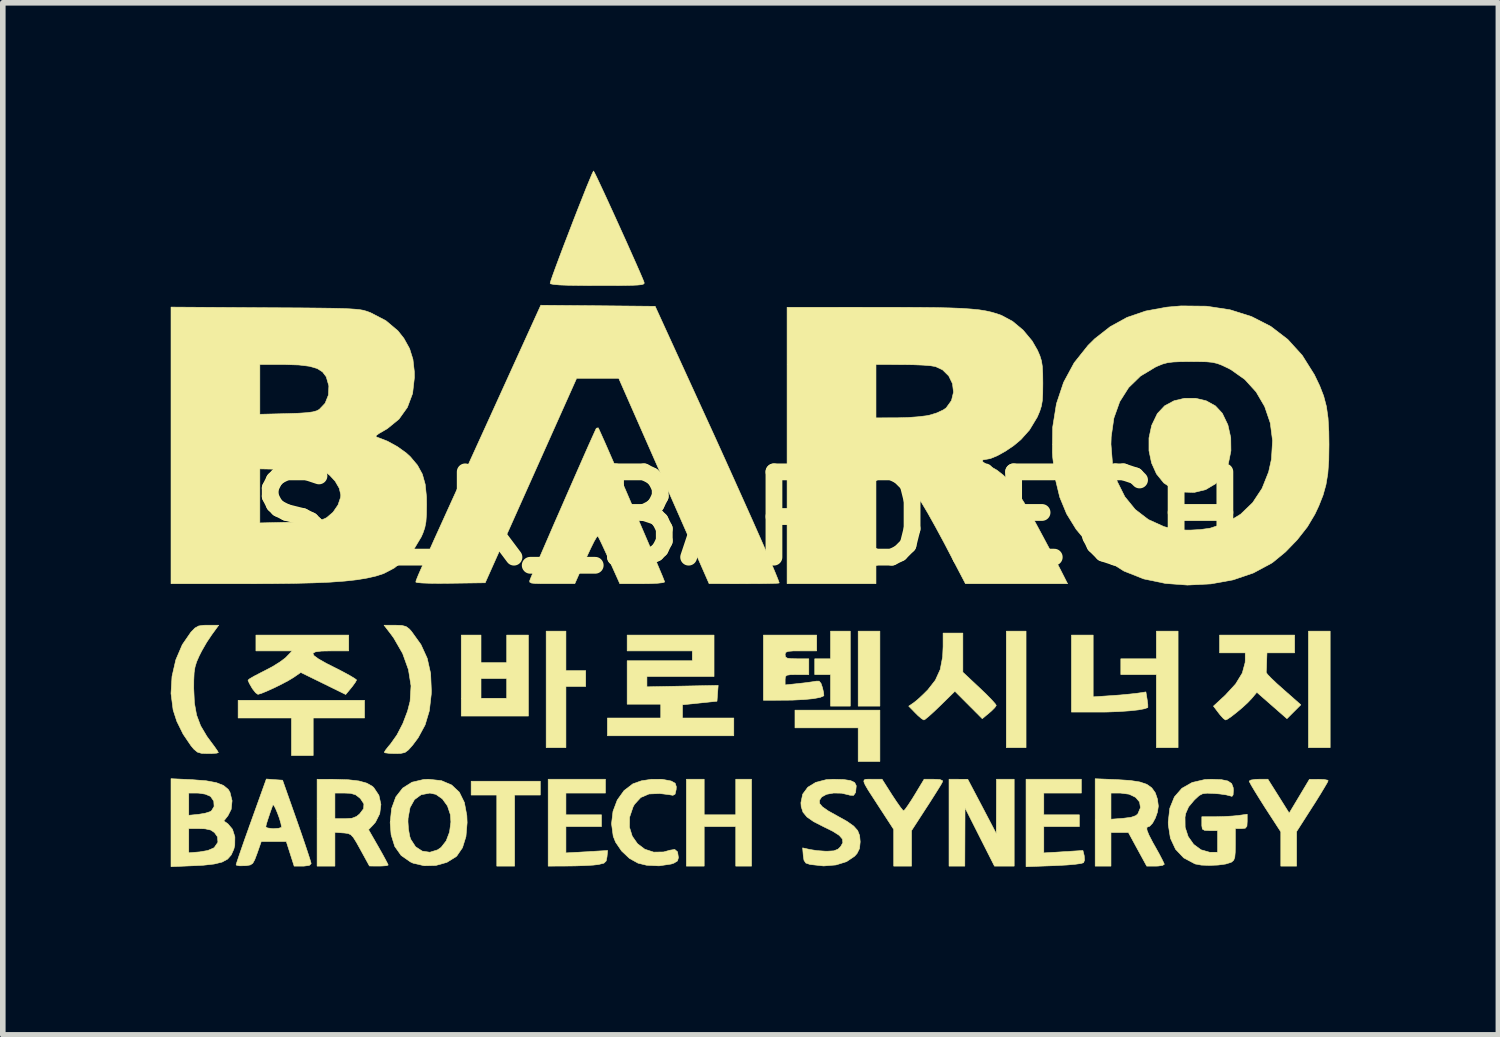
<source format=kicad_pcb>
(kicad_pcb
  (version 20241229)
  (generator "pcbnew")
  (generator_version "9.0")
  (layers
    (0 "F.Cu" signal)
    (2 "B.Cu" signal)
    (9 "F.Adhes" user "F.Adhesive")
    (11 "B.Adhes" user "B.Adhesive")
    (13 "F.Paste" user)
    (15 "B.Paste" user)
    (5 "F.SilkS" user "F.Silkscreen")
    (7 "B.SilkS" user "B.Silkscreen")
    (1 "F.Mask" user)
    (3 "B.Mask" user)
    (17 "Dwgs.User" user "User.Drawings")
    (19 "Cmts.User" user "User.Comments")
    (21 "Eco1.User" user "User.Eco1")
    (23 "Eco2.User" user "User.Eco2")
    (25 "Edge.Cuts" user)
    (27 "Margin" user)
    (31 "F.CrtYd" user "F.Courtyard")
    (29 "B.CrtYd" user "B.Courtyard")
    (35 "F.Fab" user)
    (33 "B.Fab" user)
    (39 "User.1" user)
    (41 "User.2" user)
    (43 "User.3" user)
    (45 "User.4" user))
  (footprint "SILK_BAROTECH"
    (layer "F.Cu")
    (at 10.341 6.214)
    (property "Reference" "SILK_BAROTECH" (at 0 0 0) (layer "F.SilkS") (effects (font (size 1.524 1.524) (thickness 0.3))))
    (attr through_hole)
    (fp_poly (pts (xy 2.328 3.351) (xy 1.94 3.351) (xy 1.94 2.011) (xy 2.328 2.011) (xy 2.328 3.351)) (stroke (width 0.01) (type solid)) (fill yes) (layer "F.SilkS"))
    (fp_poly (pts (xy 4.939 4.092) (xy 4.586 4.092) (xy 4.586 2.011) (xy 4.939 2.011) (xy 4.939 4.092)) (stroke (width 0.01) (type solid)) (fill yes) (layer "F.SilkS"))
    (fp_poly (pts (xy 10.372 4.092) (xy 9.984 4.092) (xy 9.984 2.011) (xy 10.372 2.011) (xy 10.372 4.092)) (stroke (width 0.01) (type solid)) (fill yes) (layer "F.SilkS"))
    (fp_poly (pts (xy 2.328 4.339) (xy 1.94 4.339) (xy 1.94 3.739) (xy 0.811 3.739) (xy 0.811 3.422) (xy 2.328 3.422) (xy 2.328 4.339)) (stroke (width 0.01) (type solid)) (fill yes) (layer "F.SilkS"))
    (fp_poly (pts (xy -6.879 3.563) (xy -7.796 3.563) (xy -7.796 4.233) (xy -8.184 4.233) (xy -8.184 3.563) (xy -9.137 3.563) (xy -9.137 3.246) (xy -6.879 3.246) (xy -6.879 3.563)) (stroke (width 0.01) (type solid)) (fill yes) (layer "F.SilkS"))
    (fp_poly (pts (xy -3.739 4.939) (xy -4.198 4.939) (xy -4.198 6.209) (xy -4.516 6.209) (xy -4.516 4.939) (xy -4.974 4.939) (xy -4.974 4.692) (xy -3.739 4.692) (xy -3.739 4.939)) (stroke (width 0.01) (type solid)) (fill yes) (layer "F.SilkS"))
    (fp_poly (pts (xy -3.281 2.716) (xy -2.928 2.716) (xy -2.928 2.999) (xy -3.281 2.999) (xy -3.281 4.092) (xy -3.634 4.092) (xy -3.634 2.011) (xy -3.281 2.011) (xy -3.281 2.716)) (stroke (width 0.01) (type solid)) (fill yes) (layer "F.SilkS"))
    (fp_poly (pts (xy 1.799 3.351) (xy 1.446 3.351) (xy 1.446 2.787) (xy 1.164 2.787) (xy 1.164 2.505) (xy 1.446 2.505) (xy 1.446 2.011) (xy 1.799 2.011) (xy 1.799 3.351)) (stroke (width 0.01) (type solid)) (fill yes) (layer "F.SilkS"))
    (fp_poly (pts (xy 7.655 4.092) (xy 7.267 4.092) (xy 7.267 2.787) (xy 6.632 2.787) (xy 6.632 2.505) (xy 7.267 2.505) (xy 7.267 2.011) (xy 7.655 2.011) (xy 7.655 4.092)) (stroke (width 0.01) (type solid)) (fill yes) (layer "F.SilkS"))
    (fp_poly (pts (xy -0.811 5.292) (xy -0.247 5.292) (xy -0.247 4.657) (xy 0.035 4.657) (xy 0.035 6.209) (xy -0.247 6.209) (xy -0.247 5.503) (xy -0.811 5.503) (xy -0.811 6.209) (xy -1.129 6.209) (xy -1.129 4.657) (xy -0.811 4.657) (xy -0.811 5.292)) (stroke (width 0.01) (type solid)) (fill yes) (layer "F.SilkS"))
    (fp_poly (pts (xy -4.798 2.575) (xy -4.339 2.575) (xy -4.339 2.081) (xy -3.951 2.081) (xy -3.951 3.528) (xy -5.151 3.528) (xy -5.151 2.857) (xy -4.798 2.857) (xy -4.798 3.21) (xy -4.339 3.21) (xy -4.339 2.857) (xy -4.798 2.857) (xy -5.151 2.857) (xy -5.151 2.081) (xy -4.798 2.081) (xy -4.798 2.575)) (stroke (width 0.01) (type solid)) (fill yes) (layer "F.SilkS"))
    (fp_poly (pts (xy 4.727 6.209) (xy 4.375 6.209) (xy 4.112 5.689) (xy 3.849 5.168) (xy 3.847 5.689) (xy 3.845 6.209) (xy 3.563 6.209) (xy 3.563 4.657) (xy 3.731 4.657) (xy 3.898 4.658) (xy 4.153 5.142) (xy 4.407 5.627) (xy 4.409 5.142) (xy 4.41 4.657) (xy 4.727 4.657) (xy 4.727 6.209)) (stroke (width 0.01) (type solid)) (fill yes) (layer "F.SilkS"))
    (fp_poly (pts (xy 5.927 4.904) (xy 5.256 4.904) (xy 5.256 5.292) (xy 5.891 5.292) (xy 5.891 5.503) (xy 5.256 5.503) (xy 5.256 5.973) (xy 5.955 5.93) (xy 5.978 6.022) (xy 5.984 6.102) (xy 5.966 6.148) (xy 5.92 6.162) (xy 5.817 6.176) (xy 5.671 6.189) (xy 5.496 6.198) (xy 5.435 6.201) (xy 4.939 6.219) (xy 4.939 4.657) (xy 5.927 4.657) (xy 5.927 4.904)) (stroke (width 0.01) (type solid)) (fill yes) (layer "F.SilkS"))
    (fp_poly (pts (xy -2.575 4.904) (xy -3.281 4.904) (xy -3.281 5.292) (xy -2.646 5.292) (xy -2.646 5.503) (xy -3.281 5.503) (xy -3.281 5.973) (xy -2.536 5.93) (xy -2.547 6.043) (xy -2.562 6.117) (xy -2.602 6.156) (xy -2.69 6.178) (xy -2.699 6.18) (xy -2.794 6.191) (xy -2.937 6.199) (xy -3.106 6.205) (xy -3.219 6.207) (xy -3.598 6.209) (xy -3.598 4.657) (xy -2.575 4.657) (xy -2.575 4.904)) (stroke (width 0.01) (type solid)) (fill yes) (layer "F.SilkS"))
    (fp_poly (pts (xy 6.138 3.185) (xy 6.465 3.163) (xy 6.629 3.151) (xy 6.785 3.136) (xy 6.906 3.123) (xy 6.936 3.119) (xy 7.08 3.097) (xy 7.102 3.231) (xy 7.114 3.319) (xy 7.115 3.371) (xy 7.114 3.376) (xy 7.058 3.397) (xy 6.945 3.418) (xy 6.787 3.435) (xy 6.597 3.448) (xy 6.388 3.456) (xy 6.239 3.457) (xy 5.75 3.457) (xy 5.75 2.081) (xy 6.138 2.081) (xy 6.138 3.185)) (stroke (width 0.01) (type solid)) (fill yes) (layer "F.SilkS"))
    (fp_poly (pts (xy -0.635 2.822) (xy -1.834 2.822) (xy -1.834 3.006) (xy -1.198 2.993) (xy -0.561 2.98) (xy -0.572 3.122) (xy -0.582 3.263) (xy -0.891 3.295) (xy -1.199 3.327) (xy -1.199 3.563) (xy -0.282 3.563) (xy -0.282 3.881) (xy -2.54 3.881) (xy -2.54 3.563) (xy -1.587 3.563) (xy -1.587 3.316) (xy -2.187 3.316) (xy -2.187 2.54) (xy -1.023 2.54) (xy -1.023 2.364) (xy -2.187 2.364) (xy -2.187 2.081) (xy -0.635 2.081) (xy -0.635 2.822)) (stroke (width 0.01) (type solid)) (fill yes) (layer "F.SilkS"))
    (fp_poly (pts (xy 7.968 -2.149) (xy 8.157 -2.104) (xy 8.322 -2.013) (xy 8.445 -1.881) (xy 8.545 -1.673) (xy 8.596 -1.444) (xy 8.599 -1.21) (xy 8.554 -0.985) (xy 8.465 -0.786) (xy 8.331 -0.627) (xy 8.326 -0.623) (xy 8.148 -0.517) (xy 7.943 -0.467) (xy 7.731 -0.474) (xy 7.566 -0.525) (xy 7.399 -0.637) (xy 7.269 -0.798) (xy 7.181 -0.994) (xy 7.135 -1.213) (xy 7.135 -1.44) (xy 7.183 -1.664) (xy 7.283 -1.872) (xy 7.287 -1.878) (xy 7.415 -2.014) (xy 7.582 -2.104) (xy 7.771 -2.149) (xy 7.968 -2.149)) (stroke (width 0.01) (type solid)) (fill yes) (layer "F.SilkS"))
    (fp_poly (pts (xy 9.26 4.657) (xy 9.45 4.959) (xy 9.64 5.262) (xy 9.821 4.96) (xy 10.001 4.659) (xy 10.169 4.658) (xy 10.266 4.662) (xy 10.327 4.674) (xy 10.336 4.683) (xy 10.318 4.721) (xy 10.268 4.806) (xy 10.194 4.929) (xy 10.101 5.078) (xy 10.054 5.151) (xy 9.772 5.592) (xy 9.772 5.9) (xy 9.772 6.209) (xy 9.49 6.209) (xy 9.49 5.596) (xy 9.207 5.16) (xy 9.108 5.003) (xy 9.024 4.867) (xy 8.962 4.763) (xy 8.929 4.701) (xy 8.925 4.69) (xy 8.957 4.671) (xy 9.037 4.659) (xy 9.093 4.657) (xy 9.26 4.657)) (stroke (width 0.01) (type solid)) (fill yes) (layer "F.SilkS"))
    (fp_poly (pts (xy 3.81 2.745) (xy 4.11 3.026) (xy 4.228 3.139) (xy 4.323 3.236) (xy 4.386 3.306) (xy 4.407 3.338) (xy 4.381 3.377) (xy 4.317 3.441) (xy 4.281 3.472) (xy 4.157 3.575) (xy 3.668 3.085) (xy 3.406 3.342) (xy 3.295 3.448) (xy 3.201 3.533) (xy 3.136 3.586) (xy 3.114 3.598) (xy 3.073 3.575) (xy 3.004 3.515) (xy 2.963 3.474) (xy 2.843 3.351) (xy 2.93 3.292) (xy 2.999 3.237) (xy 3.094 3.149) (xy 3.184 3.06) (xy 3.319 2.887) (xy 3.406 2.696) (xy 3.449 2.469) (xy 3.457 2.287) (xy 3.457 2.046) (xy 3.81 2.046) (xy 3.81 2.745)) (stroke (width 0.01) (type solid)) (fill yes) (layer "F.SilkS"))
    (fp_poly (pts (xy 2.188 4.657) (xy 2.367 4.657) (xy 2.546 4.939) (xy 2.627 5.061) (xy 2.694 5.156) (xy 2.739 5.212) (xy 2.752 5.221) (xy 2.78 5.193) (xy 2.834 5.117) (xy 2.906 5.007) (xy 2.948 4.939) (xy 3.118 4.657) (xy 3.292 4.657) (xy 3.399 4.662) (xy 3.446 4.681) (xy 3.447 4.702) (xy 3.423 4.747) (xy 3.367 4.838) (xy 3.287 4.965) (xy 3.192 5.114) (xy 3.161 5.161) (xy 2.893 5.575) (xy 2.893 6.209) (xy 2.575 6.209) (xy 2.575 5.553) (xy 2.329 5.175) (xy 2.207 4.987) (xy 2.119 4.851) (xy 2.065 4.758) (xy 2.041 4.701) (xy 2.046 4.67) (xy 2.076 4.658) (xy 2.13 4.656) (xy 2.188 4.657)) (stroke (width 0.01) (type solid)) (fill yes) (layer "F.SilkS"))
    (fp_poly (pts (xy -6.213 1.909) (xy -6.137 1.929) (xy -6.077 1.974) (xy -6.039 2.017) (xy -5.871 2.251) (xy -5.759 2.496) (xy -5.698 2.767) (xy -5.685 3.077) (xy -5.687 3.139) (xy -5.721 3.434) (xy -5.797 3.687) (xy -5.921 3.916) (xy -6.018 4.046) (xy -6.095 4.133) (xy -6.157 4.179) (xy -6.235 4.196) (xy -6.335 4.198) (xy -6.44 4.194) (xy -6.51 4.185) (xy -6.526 4.176) (xy -6.505 4.139) (xy -6.451 4.07) (xy -6.415 4.028) (xy -6.3 3.866) (xy -6.194 3.661) (xy -6.11 3.44) (xy -6.065 3.266) (xy -6.048 2.989) (xy -6.094 2.7) (xy -6.198 2.41) (xy -6.357 2.134) (xy -6.405 2.068) (xy -6.53 1.905) (xy -6.332 1.905) (xy -6.213 1.909)) (stroke (width 0.01) (type solid)) (fill yes) (layer "F.SilkS"))
    (fp_poly (pts (xy 9.737 2.399) (xy 9.243 2.399) (xy 9.237 2.558) (xy 9.234 2.661) (xy 9.23 2.734) (xy 9.229 2.748) (xy 9.252 2.783) (xy 9.319 2.853) (xy 9.419 2.948) (xy 9.537 3.053) (xy 9.848 3.327) (xy 9.724 3.451) (xy 9.6 3.575) (xy 9.062 3.104) (xy 8.969 3.215) (xy 8.898 3.29) (xy 8.802 3.378) (xy 8.698 3.465) (xy 8.602 3.54) (xy 8.53 3.588) (xy 8.503 3.598) (xy 8.466 3.573) (xy 8.407 3.508) (xy 8.381 3.475) (xy 8.287 3.351) (xy 8.498 3.156) (xy 8.683 2.955) (xy 8.802 2.76) (xy 8.853 2.572) (xy 8.855 2.529) (xy 8.855 2.399) (xy 8.396 2.399) (xy 8.396 2.081) (xy 9.737 2.081) (xy 9.737 2.399)) (stroke (width 0.01) (type solid)) (fill yes) (layer "F.SilkS"))
    (fp_poly (pts (xy -9.61 2.078) (xy -9.699 2.211) (xy -9.788 2.366) (xy -9.834 2.457) (xy -9.879 2.56) (xy -9.907 2.652) (xy -9.923 2.754) (xy -9.929 2.889) (xy -9.93 3.034) (xy -9.918 3.295) (xy -9.879 3.511) (xy -9.807 3.702) (xy -9.695 3.891) (xy -9.631 3.978) (xy -9.559 4.075) (xy -9.508 4.148) (xy -9.49 4.181) (xy -9.522 4.191) (xy -9.604 4.197) (xy -9.678 4.198) (xy -9.792 4.194) (xy -9.865 4.172) (xy -9.928 4.119) (xy -9.979 4.058) (xy -10.119 3.852) (xy -10.232 3.623) (xy -10.298 3.42) (xy -10.336 3.124) (xy -10.318 2.819) (xy -10.25 2.523) (xy -10.134 2.252) (xy -9.98 2.029) (xy -9.909 1.956) (xy -9.843 1.919) (xy -9.754 1.906) (xy -9.677 1.905) (xy -9.484 1.905) (xy -9.61 2.078)) (stroke (width 0.01) (type solid)) (fill yes) (layer "F.SilkS"))
    (fp_poly (pts (xy 1.199 2.364) (xy 0.917 2.364) (xy 0.777 2.365) (xy 0.692 2.372) (xy 0.65 2.388) (xy 0.636 2.416) (xy 0.635 2.434) (xy 0.643 2.474) (xy 0.677 2.495) (xy 0.753 2.503) (xy 0.847 2.505) (xy 1.058 2.505) (xy 1.058 2.787) (xy 0.847 2.787) (xy 0.729 2.789) (xy 0.666 2.799) (xy 0.64 2.824) (xy 0.635 2.873) (xy 0.635 2.879) (xy 0.635 2.972) (xy 0.873 2.947) (xy 1.007 2.932) (xy 1.122 2.916) (xy 1.188 2.905) (xy 1.242 2.904) (xy 1.276 2.944) (xy 1.302 3.02) (xy 1.322 3.108) (xy 1.327 3.162) (xy 1.325 3.167) (xy 1.263 3.194) (xy 1.142 3.217) (xy 0.975 3.233) (xy 0.773 3.243) (xy 0.644 3.245) (xy 0.247 3.246) (xy 0.247 2.081) (xy 1.199 2.081) (xy 1.199 2.364)) (stroke (width 0.01) (type solid)) (fill yes) (layer "F.SilkS"))
    (fp_poly (pts (xy -2.77 -6.178) (xy -2.728 -6.093) (xy -2.666 -5.961) (xy -2.588 -5.794) (xy -2.499 -5.6) (xy -2.402 -5.388) (xy -2.303 -5.169) (xy -2.204 -4.951) (xy -2.112 -4.744) (xy -2.029 -4.558) (xy -1.96 -4.401) (xy -1.91 -4.284) (xy -1.886 -4.225) (xy -1.882 -4.205) (xy -1.894 -4.19) (xy -1.929 -4.179) (xy -1.995 -4.172) (xy -2.1 -4.167) (xy -2.252 -4.164) (xy -2.46 -4.163) (xy -2.713 -4.163) (xy -3.002 -4.164) (xy -3.226 -4.167) (xy -3.389 -4.173) (xy -3.496 -4.182) (xy -3.552 -4.193) (xy -3.563 -4.203) (xy -3.551 -4.247) (xy -3.517 -4.346) (xy -3.465 -4.489) (xy -3.399 -4.666) (xy -3.323 -4.868) (xy -3.239 -5.086) (xy -3.154 -5.308) (xy -3.069 -5.526) (xy -2.988 -5.73) (xy -2.917 -5.91) (xy -2.857 -6.055) (xy -2.814 -6.158) (xy -2.79 -6.206) (xy -2.788 -6.209) (xy -2.77 -6.178)) (stroke (width 0.01) (type solid)) (fill yes) (layer "F.SilkS"))
    (fp_poly (pts (xy -1.561 4.658) (xy -1.403 4.688) (xy -1.394 4.692) (xy -1.329 4.729) (xy -1.309 4.79) (xy -1.312 4.842) (xy -1.331 4.923) (xy -1.369 4.944) (xy -1.376 4.943) (xy -1.44 4.932) (xy -1.545 4.919) (xy -1.608 4.912) (xy -1.797 4.92) (xy -1.944 4.983) (xy -2.056 5.105) (xy -2.081 5.15) (xy -2.144 5.336) (xy -2.146 5.514) (xy -2.096 5.675) (xy -2.002 5.809) (xy -1.872 5.907) (xy -1.713 5.959) (xy -1.535 5.956) (xy -1.425 5.925) (xy -1.337 5.911) (xy -1.287 5.954) (xy -1.271 6.057) (xy -1.288 6.116) (xy -1.351 6.155) (xy -1.402 6.172) (xy -1.617 6.204) (xy -1.841 6.193) (xy -1.993 6.156) (xy -2.146 6.071) (xy -2.287 5.938) (xy -2.394 5.781) (xy -2.436 5.675) (xy -2.466 5.451) (xy -2.44 5.231) (xy -2.364 5.029) (xy -2.243 4.86) (xy -2.085 4.739) (xy -1.933 4.685) (xy -1.748 4.657) (xy -1.561 4.658)) (stroke (width 0.01) (type solid)) (fill yes) (layer "F.SilkS"))
    (fp_poly (pts (xy -7.161 2.364) (xy -7.475 2.364) (xy -7.646 2.367) (xy -7.755 2.381) (xy -7.801 2.406) (xy -7.784 2.447) (xy -7.702 2.507) (xy -7.557 2.589) (xy -7.422 2.657) (xy -7.271 2.734) (xy -7.146 2.802) (xy -7.059 2.854) (xy -7.022 2.882) (xy -7.021 2.884) (xy -7.043 2.925) (xy -7.095 2.997) (xy -7.119 3.027) (xy -7.215 3.143) (xy -7.616 2.946) (xy -8.018 2.749) (xy -8.145 2.837) (xy -8.234 2.891) (xy -8.354 2.955) (xy -8.487 3.021) (xy -8.615 3.079) (xy -8.719 3.122) (xy -8.781 3.14) (xy -8.784 3.14) (xy -8.824 3.112) (xy -8.878 3.044) (xy -8.89 3.025) (xy -8.936 2.945) (xy -8.959 2.892) (xy -8.96 2.887) (xy -8.931 2.862) (xy -8.852 2.816) (xy -8.737 2.756) (xy -8.67 2.722) (xy -8.525 2.646) (xy -8.393 2.564) (xy -8.296 2.492) (xy -8.275 2.472) (xy -8.171 2.364) (xy -8.819 2.364) (xy -8.819 2.081) (xy -7.161 2.081) (xy -7.161 2.364)) (stroke (width 0.01) (type solid)) (fill yes) (layer "F.SilkS"))
    (fp_poly (pts (xy -7.417 4.658) (xy -7.168 4.666) (xy -6.978 4.688) (xy -6.838 4.727) (xy -6.739 4.783) (xy -6.714 4.806) (xy -6.622 4.944) (xy -6.586 5.106) (xy -6.607 5.272) (xy -6.683 5.424) (xy -6.719 5.466) (xy -6.807 5.558) (xy -6.631 5.865) (xy -6.557 5.996) (xy -6.499 6.103) (xy -6.463 6.172) (xy -6.456 6.19) (xy -6.487 6.201) (xy -6.568 6.207) (xy -6.623 6.208) (xy -6.791 6.207) (xy -6.95 5.917) (xy -7.025 5.782) (xy -7.079 5.696) (xy -7.124 5.648) (xy -7.173 5.626) (xy -7.239 5.617) (xy -7.258 5.616) (xy -7.408 5.605) (xy -7.408 6.209) (xy -7.726 6.209) (xy -7.726 4.904) (xy -7.408 4.904) (xy -7.408 5.362) (xy -7.23 5.362) (xy -7.106 5.354) (xy -7.022 5.322) (xy -6.966 5.276) (xy -6.895 5.182) (xy -6.89 5.097) (xy -6.95 5.006) (xy -6.966 4.99) (xy -7.039 4.934) (xy -7.13 4.908) (xy -7.23 4.904) (xy -7.408 4.904) (xy -7.726 4.904) (xy -7.726 4.657) (xy -7.417 4.658)) (stroke (width 0.01) (type solid)) (fill yes) (layer "F.SilkS"))
    (fp_poly (pts (xy -2.708 -3.802) (xy -1.687 -3.792) (xy -0.824 -1.905) (xy -0.633 -1.488) (xy -0.45 -1.084) (xy -0.276 -0.698) (xy -0.113 -0.335) (xy 0.037 -0.000318) (xy 0.171 0.302) (xy 0.287 0.566) (xy 0.383 0.787) (xy 0.456 0.96) (xy 0.505 1.081) (xy 0.528 1.144) (xy 0.529 1.151) (xy 0.496 1.155) (xy 0.403 1.159) (xy 0.262 1.162) (xy 0.084 1.163) (xy -0.097 1.164) (xy -0.723 1.163) (xy -1.53 -0.671) (xy -2.337 -2.505) (xy -3.09 -2.505) (xy -4.723 1.147) (xy -5.342 1.156) (xy -5.544 1.158) (xy -5.718 1.156) (xy -5.853 1.151) (xy -5.938 1.143) (xy -5.962 1.135) (xy -5.961 1.126) (xy -5.959 1.114) (xy -5.952 1.094) (xy -5.939 1.061) (xy -5.919 1.012) (xy -5.889 0.943) (xy -5.847 0.849) (xy -5.792 0.727) (xy -5.722 0.572) (xy -5.636 0.379) (xy -5.53 0.146) (xy -5.404 -0.132) (xy -5.255 -0.46) (xy -5.082 -0.84) (xy -4.882 -1.279) (xy -4.737 -1.597) (xy -3.73 -3.811) (xy -2.708 -3.802)) (stroke (width 0.01) (type solid)) (fill yes) (layer "F.SilkS"))
    (fp_poly (pts (xy 6.57 4.664) (xy 6.801 4.679) (xy 6.973 4.706) (xy 7.097 4.748) (xy 7.184 4.81) (xy 7.246 4.896) (xy 7.249 4.902) (xy 7.286 5.011) (xy 7.302 5.133) (xy 7.302 5.14) (xy 7.287 5.242) (xy 7.249 5.35) (xy 7.199 5.442) (xy 7.147 5.497) (xy 7.127 5.503) (xy 7.097 5.517) (xy 7.099 5.565) (xy 7.134 5.653) (xy 7.204 5.788) (xy 7.25 5.869) (xy 7.32 5.995) (xy 7.374 6.099) (xy 7.405 6.164) (xy 7.408 6.178) (xy 7.377 6.196) (xy 7.297 6.208) (xy 7.251 6.209) (xy 7.095 6.209) (xy 6.931 5.909) (xy 6.768 5.609) (xy 6.456 5.609) (xy 6.456 6.209) (xy 6.174 6.209) (xy 6.174 4.904) (xy 6.456 4.904) (xy 6.456 5.371) (xy 6.672 5.355) (xy 6.814 5.337) (xy 6.9 5.307) (xy 6.937 5.274) (xy 6.983 5.164) (xy 6.967 5.063) (xy 6.896 4.98) (xy 6.779 4.924) (xy 6.627 4.904) (xy 6.456 4.904) (xy 6.174 4.904) (xy 6.174 4.648) (xy 6.57 4.664)) (stroke (width 0.01) (type solid)) (fill yes) (layer "F.SilkS"))
    (fp_poly (pts (xy -5.505 4.682) (xy -5.322 4.76) (xy -5.185 4.889) (xy -5.095 5.072) (xy -5.051 5.307) (xy -5.046 5.433) (xy -5.067 5.681) (xy -5.129 5.88) (xy -5.229 6.026) (xy -5.244 6.04) (xy -5.408 6.142) (xy -5.605 6.197) (xy -5.813 6.202) (xy -6.012 6.156) (xy -6.059 6.134) (xy -6.225 6.018) (xy -6.339 5.857) (xy -6.404 5.648) (xy -6.421 5.433) (xy -6.419 5.415) (xy -6.103 5.415) (xy -6.094 5.55) (xy -6.071 5.677) (xy -6.054 5.729) (xy -5.967 5.863) (xy -5.848 5.941) (xy -5.712 5.961) (xy -5.573 5.918) (xy -5.51 5.874) (xy -5.42 5.758) (xy -5.36 5.6) (xy -5.336 5.421) (xy -5.345 5.29) (xy -5.397 5.134) (xy -5.488 5.008) (xy -5.604 4.927) (xy -5.711 4.904) (xy -5.868 4.934) (xy -5.987 5.021) (xy -6.066 5.163) (xy -6.101 5.355) (xy -6.103 5.415) (xy -6.419 5.415) (xy -6.395 5.179) (xy -6.32 4.973) (xy -6.197 4.815) (xy -6.031 4.71) (xy -5.822 4.661) (xy -5.736 4.657) (xy -5.505 4.682)) (stroke (width 0.01) (type solid)) (fill yes) (layer "F.SilkS"))
    (fp_poly (pts (xy -8.488 4.664) (xy -8.343 4.674) (xy -8.088 5.397) (xy -8.013 5.612) (xy -7.947 5.805) (xy -7.893 5.967) (xy -7.854 6.087) (xy -7.834 6.155) (xy -7.833 6.165) (xy -7.865 6.196) (xy -7.962 6.209) (xy -7.984 6.209) (xy -8.136 6.209) (xy -8.277 5.768) (xy -8.723 5.768) (xy -8.797 5.98) (xy -8.84 6.094) (xy -8.876 6.159) (xy -8.92 6.188) (xy -8.99 6.2) (xy -9.022 6.202) (xy -9.114 6.203) (xy -9.167 6.192) (xy -9.173 6.184) (xy -9.161 6.144) (xy -9.129 6.048) (xy -9.08 5.905) (xy -9.017 5.724) (xy -8.943 5.517) (xy -8.94 5.508) (xy -8.643 5.508) (xy -8.612 5.527) (xy -8.534 5.538) (xy -8.502 5.539) (xy -8.414 5.533) (xy -8.365 5.518) (xy -8.361 5.512) (xy -8.373 5.446) (xy -8.399 5.356) (xy -8.435 5.258) (xy -8.471 5.174) (xy -8.501 5.12) (xy -8.516 5.115) (xy -8.559 5.234) (xy -8.599 5.353) (xy -8.63 5.45) (xy -8.643 5.505) (xy -8.643 5.508) (xy -8.94 5.508) (xy -8.903 5.405) (xy -8.633 4.653) (xy -8.488 4.664)) (stroke (width 0.01) (type solid)) (fill yes) (layer "F.SilkS"))
    (fp_poly (pts (xy -9.954 4.665) (xy -9.709 4.684) (xy -9.526 4.718) (xy -9.397 4.769) (xy -9.313 4.839) (xy -9.283 4.889) (xy -9.245 5.041) (xy -9.261 5.194) (xy -9.318 5.307) (xy -9.393 5.402) (xy -9.319 5.454) (xy -9.238 5.55) (xy -9.195 5.686) (xy -9.197 5.837) (xy -9.214 5.907) (xy -9.26 6.009) (xy -9.326 6.084) (xy -9.424 6.137) (xy -9.564 6.171) (xy -9.756 6.193) (xy -9.916 6.201) (xy -10.336 6.219) (xy -10.336 5.539) (xy -10.019 5.539) (xy -10.019 5.971) (xy -9.825 5.955) (xy -9.679 5.93) (xy -9.576 5.886) (xy -9.561 5.874) (xy -9.498 5.782) (xy -9.506 5.685) (xy -9.56 5.609) (xy -9.628 5.564) (xy -9.728 5.542) (xy -9.825 5.539) (xy -10.019 5.539) (xy -10.336 5.539) (xy -10.336 4.904) (xy -10.019 4.904) (xy -10.019 5.301) (xy -9.844 5.284) (xy -9.73 5.265) (xy -9.64 5.237) (xy -9.614 5.222) (xy -9.566 5.143) (xy -9.572 5.048) (xy -9.628 4.966) (xy -9.639 4.959) (xy -9.724 4.923) (xy -9.838 4.905) (xy -9.868 4.904) (xy -10.019 4.904) (xy -10.336 4.904) (xy -10.336 4.647) (xy -9.954 4.665)) (stroke (width 0.01) (type solid)) (fill yes) (layer "F.SilkS"))
    (fp_poly (pts (xy -2.703 -1.62) (xy -2.685 -1.583) (xy -2.643 -1.49) (xy -2.58 -1.349) (xy -2.501 -1.168) (xy -2.408 -0.955) (xy -2.305 -0.718) (xy -2.196 -0.466) (xy -2.085 -0.207) (xy -1.974 0.05) (xy -1.867 0.299) (xy -1.768 0.53) (xy -1.681 0.735) (xy -1.609 0.906) (xy -1.555 1.034) (xy -1.524 1.113) (xy -1.517 1.133) (xy -1.55 1.145) (xy -1.639 1.155) (xy -1.771 1.162) (xy -1.917 1.164) (xy -2.318 1.164) (xy -2.504 0.75) (xy -2.576 0.592) (xy -2.638 0.458) (xy -2.685 0.361) (xy -2.711 0.313) (xy -2.712 0.311) (xy -2.733 0.333) (xy -2.777 0.408) (xy -2.836 0.527) (xy -2.906 0.677) (xy -2.928 0.725) (xy -3.122 1.163) (xy -3.535 1.163) (xy -3.711 1.163) (xy -3.828 1.16) (xy -3.896 1.152) (xy -3.926 1.137) (xy -3.929 1.115) (xy -3.925 1.102) (xy -3.9 1.039) (xy -3.851 0.924) (xy -3.782 0.764) (xy -3.697 0.568) (xy -3.6 0.344) (xy -3.495 0.101) (xy -3.383 -0.154) (xy -3.271 -0.411) (xy -3.16 -0.664) (xy -3.055 -0.903) (xy -2.959 -1.121) (xy -2.876 -1.309) (xy -2.809 -1.458) (xy -2.762 -1.562) (xy -2.739 -1.611) (xy -2.737 -1.614) (xy -2.705 -1.621) (xy -2.703 -1.62)) (stroke (width 0.01) (type solid)) (fill yes) (layer "F.SilkS"))
    (fp_poly (pts (xy 1.68 4.662) (xy 1.805 4.681) (xy 1.877 4.716) (xy 1.904 4.768) (xy 1.905 4.782) (xy 1.894 4.893) (xy 1.858 4.945) (xy 1.79 4.942) (xy 1.776 4.937) (xy 1.644 4.906) (xy 1.502 4.903) (xy 1.375 4.926) (xy 1.289 4.973) (xy 1.286 4.976) (xy 1.248 5.035) (xy 1.251 5.09) (xy 1.301 5.15) (xy 1.404 5.222) (xy 1.566 5.312) (xy 1.571 5.315) (xy 1.743 5.411) (xy 1.86 5.494) (xy 1.931 5.574) (xy 1.966 5.663) (xy 1.976 5.773) (xy 1.976 5.775) (xy 1.964 5.894) (xy 1.92 5.983) (xy 1.876 6.032) (xy 1.732 6.129) (xy 1.543 6.188) (xy 1.322 6.206) (xy 1.086 6.18) (xy 1.076 6.178) (xy 1.005 6.154) (xy 0.972 6.105) (xy 0.959 6.019) (xy 0.948 5.883) (xy 1.082 5.913) (xy 1.205 5.932) (xy 1.346 5.942) (xy 1.388 5.943) (xy 1.505 5.936) (xy 1.58 5.906) (xy 1.626 5.861) (xy 1.666 5.791) (xy 1.659 5.726) (xy 1.602 5.66) (xy 1.486 5.586) (xy 1.326 5.507) (xy 1.147 5.416) (xy 1.026 5.332) (xy 0.954 5.245) (xy 0.922 5.145) (xy 0.917 5.077) (xy 0.949 4.923) (xy 1.04 4.8) (xy 1.183 4.712) (xy 1.371 4.664) (xy 1.494 4.657) (xy 1.68 4.662)) (stroke (width 0.01) (type solid)) (fill yes) (layer "F.SilkS"))
    (fp_poly (pts (xy 8.428 4.664) (xy 8.544 4.688) (xy 8.612 4.734) (xy 8.64 4.808) (xy 8.643 4.854) (xy 8.638 4.936) (xy 8.618 4.963) (xy 8.581 4.953) (xy 8.514 4.936) (xy 8.403 4.92) (xy 8.298 4.911) (xy 8.175 4.906) (xy 8.096 4.915) (xy 8.033 4.947) (xy 7.961 5.013) (xy 7.94 5.034) (xy 7.843 5.15) (xy 7.792 5.266) (xy 7.779 5.333) (xy 7.781 5.515) (xy 7.835 5.681) (xy 7.933 5.82) (xy 8.064 5.917) (xy 8.218 5.961) (xy 8.246 5.962) (xy 8.361 5.962) (xy 8.361 5.574) (xy 8.22 5.574) (xy 8.129 5.57) (xy 8.089 5.547) (xy 8.079 5.487) (xy 8.079 5.45) (xy 8.079 5.327) (xy 8.321 5.327) (xy 8.475 5.323) (xy 8.629 5.314) (xy 8.726 5.305) (xy 8.89 5.282) (xy 8.89 5.41) (xy 8.885 5.495) (xy 8.857 5.531) (xy 8.79 5.539) (xy 8.784 5.539) (xy 8.678 5.539) (xy 8.678 5.82) (xy 8.676 5.962) (xy 8.668 6.051) (xy 8.649 6.102) (xy 8.616 6.133) (xy 8.6 6.142) (xy 8.507 6.171) (xy 8.369 6.19) (xy 8.215 6.196) (xy 8.071 6.191) (xy 7.962 6.171) (xy 7.955 6.168) (xy 7.756 6.062) (xy 7.61 5.908) (xy 7.518 5.71) (xy 7.48 5.469) (xy 7.479 5.42) (xy 7.507 5.175) (xy 7.589 4.973) (xy 7.723 4.819) (xy 7.906 4.715) (xy 8.134 4.662) (xy 8.252 4.657) (xy 8.428 4.664)) (stroke (width 0.01) (type solid)) (fill yes) (layer "F.SilkS"))
    (fp_poly (pts (xy 2.267 -3.774) (xy 2.685 -3.774) (xy 3.04 -3.772) (xy 3.338 -3.769) (xy 3.586 -3.763) (xy 3.792 -3.755) (xy 3.961 -3.743) (xy 4.102 -3.729) (xy 4.22 -3.71) (xy 4.323 -3.687) (xy 4.418 -3.659) (xy 4.5 -3.63) (xy 4.698 -3.524) (xy 4.887 -3.366) (xy 5.048 -3.173) (xy 5.143 -3.008) (xy 5.186 -2.909) (xy 5.214 -2.819) (xy 5.23 -2.718) (xy 5.237 -2.586) (xy 5.239 -2.417) (xy 5.237 -2.238) (xy 5.23 -2.109) (xy 5.213 -2.01) (xy 5.184 -1.918) (xy 5.14 -1.814) (xy 5.137 -1.809) (xy 5 -1.582) (xy 4.847 -1.411) (xy 4.719 -1.304) (xy 4.573 -1.205) (xy 4.428 -1.124) (xy 4.302 -1.072) (xy 4.23 -1.059) (xy 4.164 -1.047) (xy 4.163 -1.017) (xy 4.227 -0.969) (xy 4.296 -0.934) (xy 4.42 -0.864) (xy 4.537 -0.772) (xy 4.652 -0.651) (xy 4.772 -0.493) (xy 4.902 -0.289) (xy 5.05 -0.032) (xy 5.134 0.123) (xy 5.246 0.331) (xy 5.353 0.532) (xy 5.448 0.712) (xy 5.525 0.858) (xy 5.576 0.957) (xy 5.578 0.961) (xy 5.681 1.164) (xy 3.857 1.164) (xy 3.668 0.803) (xy 3.481 0.444) (xy 3.319 0.144) (xy 3.181 -0.103) (xy 3.061 -0.304) (xy 2.956 -0.462) (xy 2.86 -0.584) (xy 2.771 -0.675) (xy 2.684 -0.74) (xy 2.594 -0.784) (xy 2.498 -0.814) (xy 2.408 -0.832) (xy 2.258 -0.856) (xy 2.258 1.164) (xy 0.67 1.164) (xy 0.67 -1.799) (xy 2.258 -1.799) (xy 2.637 -1.8) (xy 2.82 -1.805) (xy 3.002 -1.818) (xy 3.156 -1.836) (xy 3.221 -1.849) (xy 3.35 -1.889) (xy 3.462 -1.942) (xy 3.513 -1.978) (xy 3.607 -2.109) (xy 3.643 -2.258) (xy 3.625 -2.41) (xy 3.558 -2.548) (xy 3.446 -2.658) (xy 3.319 -2.716) (xy 3.236 -2.73) (xy 3.1 -2.741) (xy 2.93 -2.748) (xy 2.744 -2.751) (xy 2.725 -2.751) (xy 2.258 -2.752) (xy 2.258 -1.799) (xy 0.67 -1.799) (xy 0.67 -3.775) (xy 2.267 -3.774)) (stroke (width 0.01) (type solid)) (fill yes) (layer "F.SilkS"))
    (fp_poly (pts (xy 8.163 -3.794) (xy 8.583 -3.73) (xy 8.967 -3.609) (xy 9.311 -3.433) (xy 9.614 -3.201) (xy 9.873 -2.916) (xy 10.085 -2.578) (xy 10.086 -2.578) (xy 10.184 -2.374) (xy 10.256 -2.189) (xy 10.305 -2.002) (xy 10.334 -1.797) (xy 10.348 -1.554) (xy 10.351 -1.323) (xy 10.347 -1.038) (xy 10.33 -0.805) (xy 10.297 -0.605) (xy 10.245 -0.418) (xy 10.169 -0.226) (xy 10.1 -0.079) (xy 9.965 0.148) (xy 9.783 0.38) (xy 9.575 0.595) (xy 9.36 0.772) (xy 9.322 0.799) (xy 9.002 0.971) (xy 8.639 1.095) (xy 8.242 1.167) (xy 7.821 1.188) (xy 7.43 1.159) (xy 7.041 1.078) (xy 6.688 0.938) (xy 6.365 0.735) (xy 6.066 0.468) (xy 6.052 0.453) (xy 5.833 0.19) (xy 5.664 -0.084) (xy 5.541 -0.382) (xy 5.46 -0.716) (xy 5.415 -1.099) (xy 5.41 -1.182) (xy 5.411 -1.328) (xy 6.456 -1.328) (xy 6.484 -0.976) (xy 6.568 -0.662) (xy 6.704 -0.39) (xy 6.89 -0.162) (xy 7.123 0.017) (xy 7.401 0.143) (xy 7.567 0.188) (xy 7.701 0.204) (xy 7.874 0.206) (xy 8.055 0.196) (xy 8.215 0.174) (xy 8.227 0.172) (xy 8.518 0.076) (xy 8.773 -0.078) (xy 8.987 -0.284) (xy 9.155 -0.538) (xy 9.273 -0.834) (xy 9.323 -1.061) (xy 9.343 -1.392) (xy 9.302 -1.708) (xy 9.202 -2.001) (xy 9.049 -2.263) (xy 8.846 -2.486) (xy 8.598 -2.661) (xy 8.542 -2.69) (xy 8.439 -2.739) (xy 8.354 -2.771) (xy 8.268 -2.791) (xy 8.162 -2.801) (xy 8.017 -2.804) (xy 7.885 -2.805) (xy 7.7 -2.803) (xy 7.566 -2.797) (xy 7.465 -2.784) (xy 7.379 -2.761) (xy 7.289 -2.724) (xy 7.25 -2.706) (xy 6.984 -2.546) (xy 6.772 -2.34) (xy 6.613 -2.089) (xy 6.508 -1.795) (xy 6.46 -1.46) (xy 6.456 -1.328) (xy 5.411 -1.328) (xy 5.415 -1.633) (xy 5.482 -2.051) (xy 5.61 -2.434) (xy 5.798 -2.782) (xy 6.046 -3.093) (xy 6.165 -3.211) (xy 6.442 -3.428) (xy 6.742 -3.593) (xy 7.077 -3.708) (xy 7.454 -3.777) (xy 7.708 -3.799) (xy 8.163 -3.794)) (stroke (width 0.01) (type solid)) (fill yes) (layer "F.SilkS"))
    (fp_poly (pts (xy -8.652 -3.767) (xy -8.263 -3.765) (xy -7.939 -3.763) (xy -7.671 -3.76) (xy -7.455 -3.757) (xy -7.282 -3.753) (xy -7.148 -3.747) (xy -7.044 -3.74) (xy -6.964 -3.732) (xy -6.902 -3.721) (xy -6.852 -3.707) (xy -6.806 -3.691) (xy -6.772 -3.678) (xy -6.498 -3.536) (xy -6.283 -3.355) (xy -6.176 -3.22) (xy -6.074 -3.036) (xy -6.014 -2.845) (xy -5.989 -2.623) (xy -5.988 -2.519) (xy -6.02 -2.235) (xy -6.113 -1.987) (xy -6.264 -1.776) (xy -6.471 -1.607) (xy -6.518 -1.579) (xy -6.622 -1.519) (xy -6.671 -1.483) (xy -6.673 -1.461) (xy -6.635 -1.446) (xy -6.63 -1.445) (xy -6.468 -1.382) (xy -6.292 -1.285) (xy -6.133 -1.171) (xy -6.061 -1.105) (xy -5.933 -0.953) (xy -5.846 -0.794) (xy -5.795 -0.612) (xy -5.772 -0.388) (xy -5.77 -0.247) (xy -5.773 -0.069) (xy -5.782 0.061) (xy -5.802 0.163) (xy -5.835 0.259) (xy -5.865 0.327) (xy -5.99 0.536) (xy -6.157 0.727) (xy -6.348 0.883) (xy -6.536 0.982) (xy -6.672 1.026) (xy -6.829 1.062) (xy -7.013 1.093) (xy -7.232 1.117) (xy -7.491 1.136) (xy -7.796 1.149) (xy -8.154 1.158) (xy -8.571 1.163) (xy -8.968 1.164) (xy -10.336 1.164) (xy -10.336 0.078) (xy -8.749 0.078) (xy -8.211 0.065) (xy -7.996 0.059) (xy -7.839 0.051) (xy -7.727 0.04) (xy -7.646 0.023) (xy -7.585 -0.001) (xy -7.553 -0.018) (xy -7.441 -0.114) (xy -7.352 -0.244) (xy -7.306 -0.381) (xy -7.303 -0.423) (xy -7.33 -0.541) (xy -7.403 -0.667) (xy -7.502 -0.774) (xy -7.537 -0.801) (xy -7.586 -0.826) (xy -7.653 -0.844) (xy -7.748 -0.858) (xy -7.885 -0.867) (xy -8.074 -0.873) (xy -8.192 -0.876) (xy -8.749 -0.888) (xy -8.749 0.078) (xy -10.336 0.078) (xy -10.336 -2.752) (xy -8.749 -2.752) (xy -8.749 -1.863) (xy -8.264 -1.875) (xy -8.056 -1.882) (xy -7.906 -1.892) (xy -7.802 -1.906) (xy -7.731 -1.926) (xy -7.687 -1.95) (xy -7.583 -2.06) (xy -7.524 -2.207) (xy -7.516 -2.37) (xy -7.562 -2.53) (xy -7.566 -2.537) (xy -7.629 -2.62) (xy -7.725 -2.681) (xy -7.864 -2.721) (xy -8.054 -2.744) (xy -8.303 -2.752) (xy -8.326 -2.752) (xy -8.749 -2.752) (xy -10.336 -2.752) (xy -10.336 -3.778) (xy -8.652 -3.767)) (stroke (width 0.01) (type solid)) (fill yes) (layer "F.SilkS")))
  (gr_rect
    (start -3 -3)
    (end 23.718 15.438)
    (stroke (width 0.1) (type default))
    (fill no)
    (layer "Edge.Cuts")))
</source>
